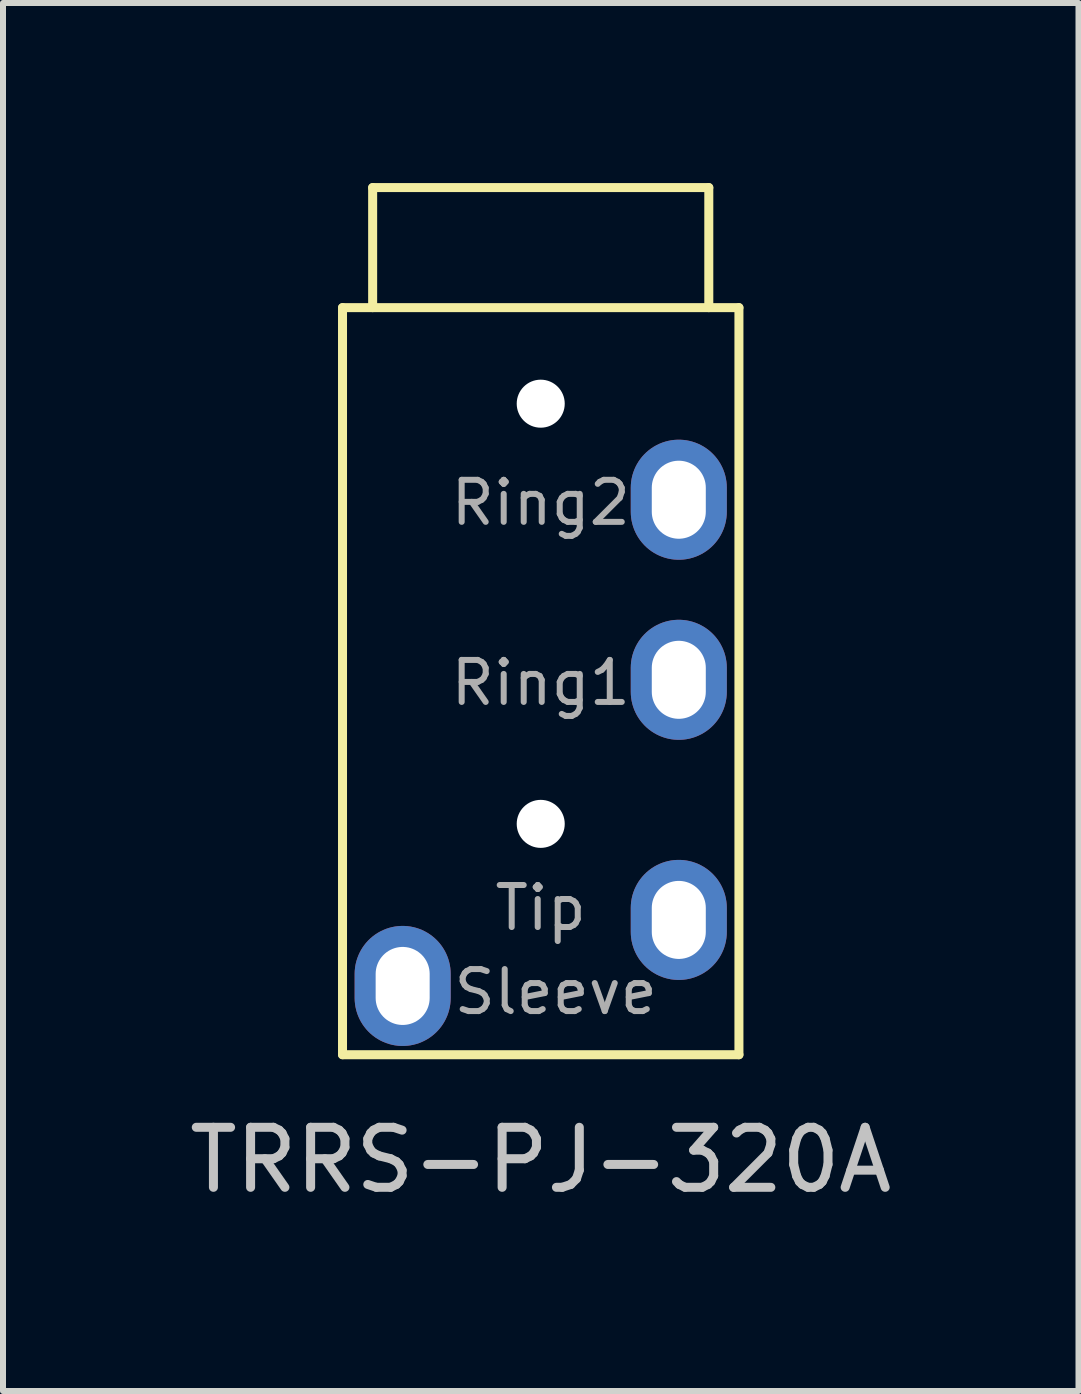
<source format=kicad_pcb>
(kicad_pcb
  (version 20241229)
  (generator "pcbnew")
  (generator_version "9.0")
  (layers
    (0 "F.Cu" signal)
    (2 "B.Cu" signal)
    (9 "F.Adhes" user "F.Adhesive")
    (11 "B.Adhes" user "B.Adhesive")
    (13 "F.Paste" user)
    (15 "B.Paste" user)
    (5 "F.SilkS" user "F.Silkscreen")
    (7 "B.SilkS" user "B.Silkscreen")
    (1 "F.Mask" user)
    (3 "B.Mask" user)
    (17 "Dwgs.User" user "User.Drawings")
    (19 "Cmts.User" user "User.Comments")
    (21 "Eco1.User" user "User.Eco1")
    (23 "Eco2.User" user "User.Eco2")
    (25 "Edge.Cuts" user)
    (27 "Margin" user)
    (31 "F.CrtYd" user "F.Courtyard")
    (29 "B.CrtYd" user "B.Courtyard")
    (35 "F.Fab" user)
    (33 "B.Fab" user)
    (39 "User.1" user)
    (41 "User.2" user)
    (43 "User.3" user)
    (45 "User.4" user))
  (footprint "TRRS-PJ-320A"
    (layer "F.Cu")
    (at 5.958 2.075)
    (property "Reference" "TRRS-PJ-320A" (at 0 14.2 0) (layer "Dwgs.User") (effects (font (size 1 1) (thickness 0.15))))
    (attr through_hole)
    (fp_line (start -3.302 0) (end -3.302 12.446) (stroke (width 0.15) (type solid)) (layer "F.SilkS"))
    (fp_line (start -2.8 0) (end -2.8 -2) (stroke (width 0.15) (type solid)) (layer "F.SilkS"))
    (fp_line (start 2.8 -2) (end -2.8 -2) (stroke (width 0.15) (type solid)) (layer "F.SilkS"))
    (fp_line (start 2.8 0) (end 2.8 -2) (stroke (width 0.15) (type solid)) (layer "F.SilkS"))
    (fp_line (start 3.302 0) (end -3.302 0) (stroke (width 0.15) (type solid)) (layer "F.SilkS"))
    (fp_line (start 3.302 0) (end 3.302 12.446) (stroke (width 0.15) (type solid)) (layer "F.SilkS"))
    (fp_line (start 3.302 12.446) (end -3.302 12.446) (stroke (width 0.15) (type solid)) (layer "F.SilkS"))
    (fp_text user "Tip" (at 0 10 0) (layer "F.Fab") (effects (font (size 0.7 0.7) (thickness 0.1))))
    (fp_text user "Ring2" (at 0 3.25 0) (layer "F.Fab") (effects (font (size 0.7 0.7) (thickness 0.1))))
    (fp_text user "Sleeve" (at 0.25 11.4 0) (layer "F.Fab") (effects (font (size 0.7 0.7) (thickness 0.1))))
    (fp_text user "Ring1" (at 0 6.25 0) (layer "F.Fab") (effects (font (size 0.7 0.7) (thickness 0.1))))
    (pad "" np_thru_hole circle (at 0 1.6) (size 0.8 0.8) (drill 0.8) (layers "*.Cu" "*.Mask"))
    (pad "" np_thru_hole circle (at 0 8.6) (size 0.8 0.8) (drill 0.8) (layers "*.Cu" "*.Mask"))
    (pad "1" thru_hole oval (at -2.3 11.3) (size 1.6 2) (drill oval 0.9 1.3) (layers "*.Cu" "*.Mask"))
    (pad "2" thru_hole oval (at 2.3 10.2) (size 1.6 2) (drill oval 0.9 1.3) (layers "*.Cu" "*.Mask"))
    (pad "3" thru_hole oval (at 2.3 6.2) (size 1.6 2) (drill oval 0.9 1.3) (layers "*.Cu" "*.Mask"))
    (pad "4" thru_hole oval (at 2.3 3.2) (size 1.6 2) (drill oval 0.9 1.3) (layers "*.Cu" "*.Mask")))
  (gr_rect
    (start -3 -3)
    (end 14.917 20.123)
    (stroke (width 0.1) (type default))
    (fill no)
    (layer "Edge.Cuts")))
</source>
